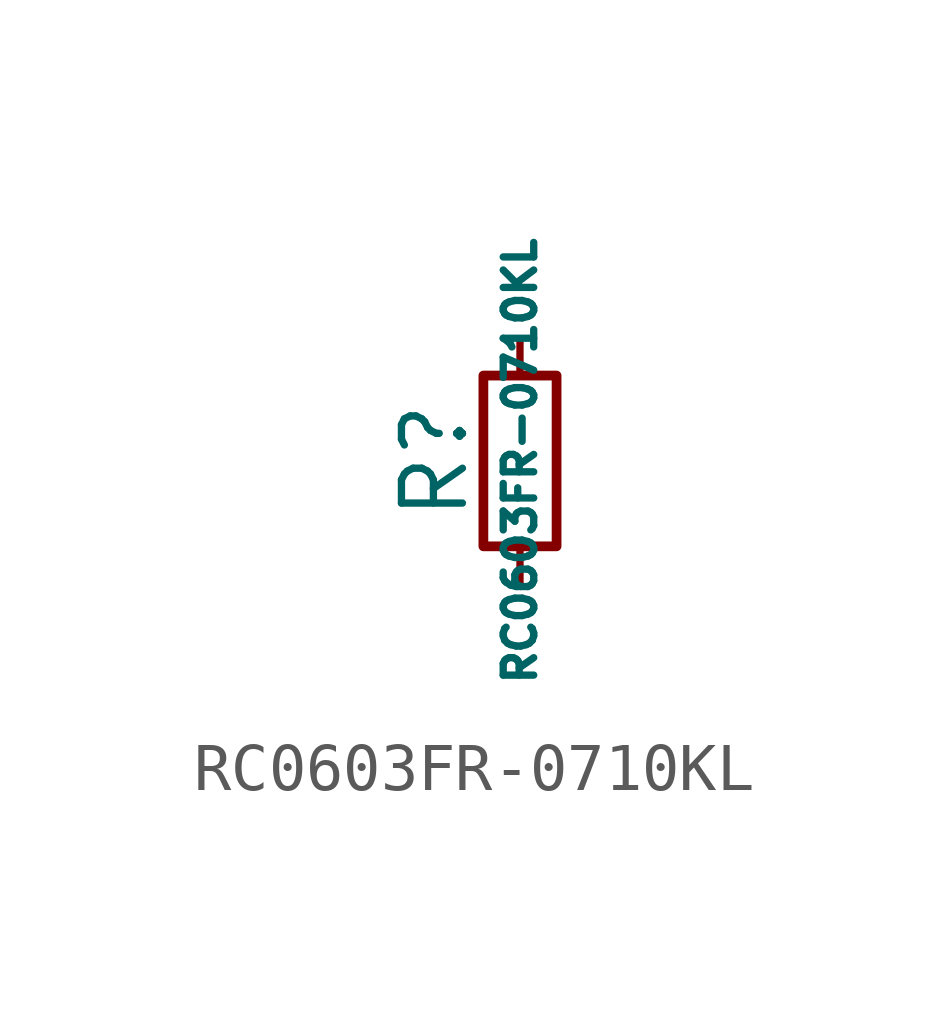
<source format=kicad_sym>
(kicad_symbol_lib
  (version 20220914)
  (generator kicad_symbol_editor)
  (symbol "RC0603FR-0710KL"
    (pin_numbers hide)
    (pin_names
      (offset 0.254) hide)
    (property "Reference" "R"
      (at -1.778 0 90)
      (effects (font (size 1.27 1.27))))
    (property "Value" "RC0603FR-0710KL"
      (at 0 0 90)
      (effects (font (size 0.635 0.635))))
    (symbol "RC0603FR-0710KL_0_1"
      (rectangle (start -0.762 1.778) (end 0.762 -1.778) (stroke (width 0.203) (type default)) (fill (type none))))
    (symbol "RC0603FR-0710KL_1_1"
      (pin passive line (at 0 2.54 270) (length 0.762) (name "~" (effects (font (size 1.27 1.27)))) (number "1" (effects (font (size 1.27 1.27)))))
      (pin passive line (at 0 -2.54 90) (length 0.762) (name "~" (effects (font (size 1.27 1.27)))) (number "2" (effects (font (size 1.27 1.27))))))))
</source>
